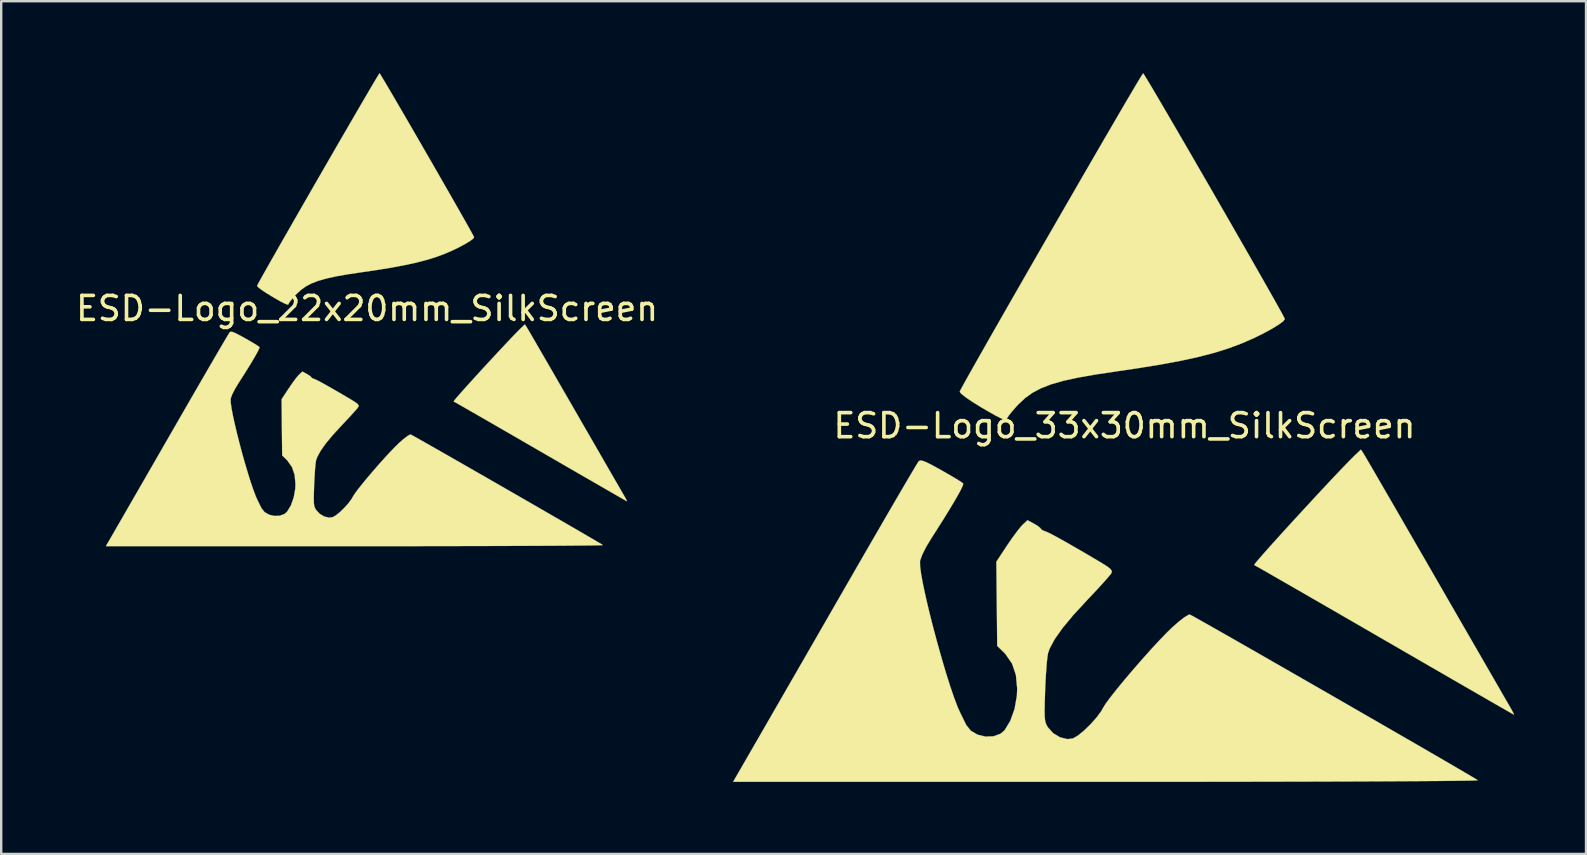
<source format=kicad_pcb>
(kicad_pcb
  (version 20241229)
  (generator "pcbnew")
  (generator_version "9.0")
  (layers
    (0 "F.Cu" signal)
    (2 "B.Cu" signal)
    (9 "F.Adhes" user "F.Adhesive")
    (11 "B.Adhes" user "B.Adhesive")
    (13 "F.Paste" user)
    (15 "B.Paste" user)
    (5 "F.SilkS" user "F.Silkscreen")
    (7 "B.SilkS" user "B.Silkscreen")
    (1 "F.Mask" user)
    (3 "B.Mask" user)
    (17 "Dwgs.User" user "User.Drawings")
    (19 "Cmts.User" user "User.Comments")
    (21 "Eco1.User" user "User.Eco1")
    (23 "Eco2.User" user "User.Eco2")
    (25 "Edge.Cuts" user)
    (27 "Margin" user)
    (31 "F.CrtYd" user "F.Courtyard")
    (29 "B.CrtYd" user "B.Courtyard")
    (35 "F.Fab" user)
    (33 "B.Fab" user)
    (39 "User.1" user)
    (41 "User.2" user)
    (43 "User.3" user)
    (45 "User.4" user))
  (footprint "ESD-Logo_33x30mm_SilkScreen"
    (layer "F.Cu")
    (at 43.798 14.686)
    (property "Reference" "ESD-Logo_33x30mm_SilkScreen" (at 0 0 0) (layer "F.SilkS") (effects (font (size 1 1) (thickness 0.15))))
    (attr exclude_from_pos_files exclude_from_bom allow_missing_courtyard)
    (fp_poly (pts (xy 9.968 1.177) (xy 10.025 1.272) (xy 10.153 1.492) (xy 10.347 1.824) (xy 10.598 2.257) (xy 10.902 2.782) (xy 11.252 3.386) (xy 11.641 4.059) (xy 12.063 4.791) (xy 12.513 5.569) (xy 12.975 6.369) (xy 13.446 7.188) (xy 13.899 7.973) (xy 14.327 8.714) (xy 14.723 9.4) (xy 15.08 10.019) (xy 15.392 10.559) (xy 15.652 11.01) (xy 15.854 11.361) (xy 15.992 11.598) (xy 16.056 11.71) (xy 16.162 11.898) (xy 16.219 12.016) (xy 16.222 12.036) (xy 16.152 11.998) (xy 15.958 11.887) (xy 15.65 11.711) (xy 15.238 11.474) (xy 14.732 11.182) (xy 14.142 10.842) (xy 13.479 10.459) (xy 12.752 10.039) (xy 11.972 9.588) (xy 11.149 9.112) (xy 10.836 8.931) (xy 9.998 8.446) (xy 9.198 7.984) (xy 8.448 7.55) (xy 7.756 7.151) (xy 7.133 6.792) (xy 6.589 6.48) (xy 6.135 6.219) (xy 5.782 6.016) (xy 5.538 5.878) (xy 5.415 5.809) (xy 5.402 5.803) (xy 5.439 5.744) (xy 5.57 5.586) (xy 5.78 5.344) (xy 6.057 5.033) (xy 6.387 4.666) (xy 6.757 4.259) (xy 7.153 3.826) (xy 7.562 3.382) (xy 7.971 2.94) (xy 8.366 2.516) (xy 8.734 2.123) (xy 9.062 1.778) (xy 9.337 1.493) (xy 9.544 1.284) (xy 9.615 1.216) (xy 9.851 0.994) (xy 9.968 1.177)) (stroke (width 0.01) (type solid)) (fill yes) (layer "F.SilkS"))
    (fp_poly (pts (xy 0.823 -14.615) (xy 0.938 -14.428) (xy 1.116 -14.131) (xy 1.349 -13.736) (xy 1.63 -13.258) (xy 1.951 -12.707) (xy 2.306 -12.098) (xy 2.687 -11.443) (xy 3.086 -10.753) (xy 3.497 -10.043) (xy 3.911 -9.324) (xy 4.323 -8.609) (xy 4.724 -7.911) (xy 5.107 -7.243) (xy 5.465 -6.616) (xy 5.791 -6.045) (xy 6.077 -5.541) (xy 6.316 -5.117) (xy 6.501 -4.785) (xy 6.624 -4.56) (xy 6.678 -4.452) (xy 6.68 -4.445) (xy 6.613 -4.353) (xy 6.425 -4.213) (xy 6.14 -4.039) (xy 5.779 -3.843) (xy 5.402 -3.657) (xy 4.888 -3.431) (xy 4.347 -3.229) (xy 3.762 -3.044) (xy 3.113 -2.874) (xy 2.381 -2.713) (xy 1.548 -2.557) (xy 0.596 -2.401) (xy -0.389 -2.256) (xy -1.245 -2.127) (xy -1.963 -2) (xy -2.563 -1.868) (xy -3.061 -1.724) (xy -3.477 -1.562) (xy -3.827 -1.377) (xy -4.13 -1.161) (xy -4.404 -0.908) (xy -4.493 -0.815) (xy -4.684 -0.596) (xy -4.826 -0.418) (xy -4.892 -0.313) (xy -4.894 -0.304) (xy -4.917 -0.252) (xy -4.996 -0.251) (xy -5.149 -0.31) (xy -5.392 -0.434) (xy -5.739 -0.632) (xy -5.981 -0.774) (xy -6.341 -0.997) (xy -6.621 -1.187) (xy -6.802 -1.332) (xy -6.865 -1.417) (xy -6.865 -1.418) (xy -6.826 -1.499) (xy -6.716 -1.703) (xy -6.541 -2.018) (xy -6.307 -2.434) (xy -6.022 -2.938) (xy -5.691 -3.521) (xy -5.32 -4.17) (xy -4.917 -4.875) (xy -4.488 -5.625) (xy -4.038 -6.408) (xy -3.575 -7.214) (xy -3.104 -8.031) (xy -2.633 -8.848) (xy -2.167 -9.655) (xy -1.714 -10.439) (xy -1.278 -11.191) (xy -0.868 -11.898) (xy -0.488 -12.55) (xy -0.147 -13.136) (xy 0.151 -13.644) (xy 0.399 -14.063) (xy 0.589 -14.383) (xy 0.717 -14.592) (xy 0.775 -14.679) (xy 0.777 -14.681) (xy 0.823 -14.615)) (stroke (width 0.01) (type solid)) (fill yes) (layer "F.SilkS"))
    (fp_poly (pts (xy -8.415 1.46) (xy -8.252 1.523) (xy -8.003 1.649) (xy -7.646 1.845) (xy -7.619 1.861) (xy -7.29 2.049) (xy -7.012 2.213) (xy -6.813 2.338) (xy -6.72 2.406) (xy -6.718 2.41) (xy -6.74 2.505) (xy -6.843 2.716) (xy -7.02 3.033) (xy -7.265 3.444) (xy -7.569 3.938) (xy -7.928 4.502) (xy -8.017 4.64) (xy -8.25 5.024) (xy -8.419 5.354) (xy -8.51 5.601) (xy -8.52 5.65) (xy -8.515 5.864) (xy -8.469 6.205) (xy -8.386 6.649) (xy -8.272 7.176) (xy -8.133 7.763) (xy -7.975 8.389) (xy -7.803 9.031) (xy -7.624 9.668) (xy -7.444 10.277) (xy -7.267 10.838) (xy -7.1 11.329) (xy -6.949 11.726) (xy -6.843 11.962) (xy -6.719 12.213) (xy -6.601 12.454) (xy -6.595 12.467) (xy -6.401 12.71) (xy -6.118 12.873) (xy -5.788 12.952) (xy -5.454 12.939) (xy -5.16 12.83) (xy -4.994 12.686) (xy -4.755 12.29) (xy -4.58 11.798) (xy -4.484 11.258) (xy -4.471 10.952) (xy -4.525 10.381) (xy -4.686 9.909) (xy -4.961 9.511) (xy -5.047 9.422) (xy -5.303 9.174) (xy -5.338 5.665) (xy -4.891 4.988) (xy -4.681 4.681) (xy -4.479 4.406) (xy -4.313 4.199) (xy -4.242 4.124) (xy -4.041 3.936) (xy -3.768 4.083) (xy -3.596 4.188) (xy -3.501 4.27) (xy -3.495 4.285) (xy -3.431 4.347) (xy -3.321 4.393) (xy -3.214 4.435) (xy -3.051 4.515) (xy -2.817 4.639) (xy -2.498 4.817) (xy -2.081 5.056) (xy -1.551 5.363) (xy -1.264 5.532) (xy -0.925 5.733) (xy -0.703 5.876) (xy -0.577 5.978) (xy -0.529 6.056) (xy -0.539 6.126) (xy -0.547 6.143) (xy -0.625 6.245) (xy -0.792 6.438) (xy -1.028 6.699) (xy -1.314 7.007) (xy -1.561 7.268) (xy -2.131 7.887) (xy -2.577 8.424) (xy -2.903 8.883) (xy -3.113 9.271) (xy -3.184 9.468) (xy -3.213 9.641) (xy -3.243 9.935) (xy -3.271 10.317) (xy -3.296 10.754) (xy -3.307 11.03) (xy -3.323 11.507) (xy -3.33 11.856) (xy -3.326 12.104) (xy -3.309 12.277) (xy -3.277 12.402) (xy -3.228 12.505) (xy -3.189 12.569) (xy -2.967 12.813) (xy -2.68 12.983) (xy -2.379 13.057) (xy -2.153 13.03) (xy -1.948 12.914) (xy -1.692 12.706) (xy -1.419 12.442) (xy -1.167 12.16) (xy -0.97 11.894) (xy -0.898 11.765) (xy -0.79 11.589) (xy -0.593 11.321) (xy -0.325 10.982) (xy -0.005 10.593) (xy 0.35 10.175) (xy 0.721 9.748) (xy 1.091 9.334) (xy 1.442 8.954) (xy 1.756 8.628) (xy 2.002 8.389) (xy 2.276 8.15) (xy 2.506 7.974) (xy 2.667 7.879) (xy 2.721 7.868) (xy 2.803 7.91) (xy 3.008 8.024) (xy 3.323 8.201) (xy 3.738 8.436) (xy 4.239 8.721) (xy 4.817 9.051) (xy 5.457 9.417) (xy 6.15 9.814) (xy 6.882 10.234) (xy 7.643 10.671) (xy 8.42 11.117) (xy 9.201 11.567) (xy 9.975 12.013) (xy 10.73 12.448) (xy 11.454 12.866) (xy 12.136 13.26) (xy 12.762 13.623) (xy 13.323 13.948) (xy 13.805 14.229) (xy 14.197 14.459) (xy 14.488 14.63) (xy 14.664 14.736) (xy 14.716 14.77) (xy 14.647 14.776) (xy 14.43 14.783) (xy 14.071 14.789) (xy 13.58 14.795) (xy 12.962 14.801) (xy 12.224 14.806) (xy 11.375 14.811) (xy 10.421 14.816) (xy 9.369 14.82) (xy 8.227 14.824) (xy 7.003 14.827) (xy 5.702 14.83) (xy 4.332 14.832) (xy 2.902 14.834) (xy 1.417 14.835) (xy -0.115 14.836) (xy -0.758 14.836) (xy -16.305 14.836) (xy -15.196 12.914) (xy -14.961 12.507) (xy -14.659 11.982) (xy -14.3 11.359) (xy -13.893 10.653) (xy -13.449 9.883) (xy -12.978 9.065) (xy -12.491 8.219) (xy -11.996 7.36) (xy -11.505 6.507) (xy -11.381 6.292) (xy -10.928 5.506) (xy -10.496 4.759) (xy -10.091 4.06) (xy -9.721 3.422) (xy -9.391 2.856) (xy -9.108 2.372) (xy -8.878 1.982) (xy -8.708 1.697) (xy -8.605 1.528) (xy -8.576 1.485) (xy -8.516 1.45) (xy -8.415 1.46)) (stroke (width 0.01) (type solid)) (fill yes) (layer "F.SilkS")))
  (footprint "ESD-Logo_22x20mm_SilkScreen"
    (layer "F.Cu")
    (at 12.244 9.802)
    (property "Reference" "ESD-Logo_22x20mm_SilkScreen" (at 0 0 0) (layer "F.SilkS") (effects (font (size 1 1) (thickness 0.15))))
    (attr exclude_from_pos_files exclude_from_bom allow_missing_courtyard)
    (fp_poly (pts (xy 6.652 0.785) (xy 6.69 0.849) (xy 6.776 0.995) (xy 6.905 1.217) (xy 7.073 1.506) (xy 7.275 1.856) (xy 7.509 2.26) (xy 7.769 2.709) (xy 8.05 3.197) (xy 8.35 3.716) (xy 8.659 4.251) (xy 8.973 4.797) (xy 9.276 5.321) (xy 9.561 5.815) (xy 9.825 6.273) (xy 10.063 6.686) (xy 10.272 7.047) (xy 10.446 7.348) (xy 10.58 7.581) (xy 10.672 7.74) (xy 10.715 7.814) (xy 10.786 7.94) (xy 10.824 8.019) (xy 10.826 8.032) (xy 10.779 8.007) (xy 10.65 7.933) (xy 10.444 7.815) (xy 10.169 7.657) (xy 9.831 7.462) (xy 9.438 7.235) (xy 8.995 6.98) (xy 8.51 6.7) (xy 7.99 6.399) (xy 7.44 6.081) (xy 7.231 5.96) (xy 6.672 5.637) (xy 6.139 5.328) (xy 5.637 5.039) (xy 5.176 4.772) (xy 4.76 4.533) (xy 4.397 4.324) (xy 4.094 4.15) (xy 3.858 4.015) (xy 3.696 3.923) (xy 3.614 3.877) (xy 3.605 3.872) (xy 3.63 3.833) (xy 3.717 3.728) (xy 3.858 3.566) (xy 4.042 3.359) (xy 4.262 3.114) (xy 4.509 2.842) (xy 4.773 2.553) (xy 5.046 2.257) (xy 5.319 1.962) (xy 5.583 1.679) (xy 5.829 1.417) (xy 6.048 1.186) (xy 6.231 0.996) (xy 6.369 0.857) (xy 6.417 0.811) (xy 6.574 0.663) (xy 6.652 0.785)) (stroke (width 0.01) (type solid)) (fill yes) (layer "F.SilkS"))
    (fp_poly (pts (xy 0.549 -9.754) (xy 0.626 -9.628) (xy 0.745 -9.43) (xy 0.9 -9.167) (xy 1.088 -8.848) (xy 1.302 -8.48) (xy 1.539 -8.074) (xy 1.793 -7.636) (xy 2.059 -7.176) (xy 2.333 -6.702) (xy 2.61 -6.222) (xy 2.885 -5.745) (xy 3.152 -5.279) (xy 3.408 -4.833) (xy 3.647 -4.415) (xy 3.864 -4.034) (xy 4.055 -3.698) (xy 4.215 -3.415) (xy 4.338 -3.194) (xy 4.42 -3.043) (xy 4.457 -2.971) (xy 4.458 -2.966) (xy 4.413 -2.905) (xy 4.288 -2.812) (xy 4.097 -2.695) (xy 3.857 -2.565) (xy 3.605 -2.44) (xy 3.262 -2.29) (xy 2.901 -2.155) (xy 2.51 -2.032) (xy 2.077 -1.918) (xy 1.589 -1.811) (xy 1.033 -1.706) (xy 0.398 -1.602) (xy -0.259 -1.506) (xy -0.831 -1.42) (xy -1.31 -1.335) (xy -1.71 -1.246) (xy -2.043 -1.15) (xy -2.32 -1.043) (xy -2.554 -0.919) (xy -2.756 -0.775) (xy -2.939 -0.606) (xy -2.998 -0.544) (xy -3.126 -0.398) (xy -3.221 -0.279) (xy -3.265 -0.209) (xy -3.266 -0.203) (xy -3.281 -0.168) (xy -3.334 -0.168) (xy -3.436 -0.207) (xy -3.598 -0.29) (xy -3.83 -0.422) (xy -3.991 -0.517) (xy -4.232 -0.665) (xy -4.419 -0.792) (xy -4.54 -0.889) (xy -4.582 -0.946) (xy -4.582 -0.946) (xy -4.555 -1.001) (xy -4.482 -1.137) (xy -4.365 -1.347) (xy -4.209 -1.624) (xy -4.019 -1.961) (xy -3.798 -2.349) (xy -3.551 -2.783) (xy -3.281 -3.253) (xy -2.995 -3.754) (xy -2.695 -4.276) (xy -2.386 -4.814) (xy -2.072 -5.359) (xy -1.757 -5.905) (xy -1.446 -6.443) (xy -1.144 -6.967) (xy -0.853 -7.468) (xy -0.579 -7.94) (xy -0.326 -8.375) (xy -0.098 -8.766) (xy 0.101 -9.105) (xy 0.266 -9.385) (xy 0.393 -9.598) (xy 0.478 -9.738) (xy 0.517 -9.796) (xy 0.519 -9.797) (xy 0.549 -9.754)) (stroke (width 0.01) (type solid)) (fill yes) (layer "F.SilkS"))
    (fp_poly (pts (xy -5.616 0.974) (xy -5.507 1.017) (xy -5.341 1.1) (xy -5.103 1.231) (xy -5.084 1.242) (xy -4.865 1.367) (xy -4.68 1.477) (xy -4.547 1.56) (xy -4.485 1.606) (xy -4.483 1.608) (xy -4.498 1.671) (xy -4.567 1.813) (xy -4.685 2.024) (xy -4.848 2.299) (xy -5.051 2.628) (xy -5.291 3.004) (xy -5.35 3.096) (xy -5.505 3.353) (xy -5.618 3.573) (xy -5.679 3.738) (xy -5.685 3.77) (xy -5.683 3.914) (xy -5.652 4.141) (xy -5.596 4.438) (xy -5.52 4.789) (xy -5.427 5.181) (xy -5.322 5.598) (xy -5.208 6.027) (xy -5.088 6.452) (xy -4.967 6.859) (xy -4.849 7.233) (xy -4.738 7.56) (xy -4.637 7.825) (xy -4.567 7.983) (xy -4.484 8.151) (xy -4.405 8.311) (xy -4.401 8.32) (xy -4.272 8.482) (xy -4.083 8.591) (xy -3.863 8.643) (xy -3.64 8.635) (xy -3.443 8.562) (xy -3.333 8.466) (xy -3.173 8.202) (xy -3.057 7.873) (xy -2.993 7.513) (xy -2.984 7.309) (xy -3.02 6.928) (xy -3.127 6.612) (xy -3.311 6.347) (xy -3.368 6.288) (xy -3.539 6.122) (xy -3.551 4.951) (xy -3.562 3.78) (xy -3.264 3.329) (xy -3.124 3.124) (xy -2.989 2.94) (xy -2.879 2.803) (xy -2.831 2.752) (xy -2.697 2.627) (xy -2.515 2.725) (xy -2.4 2.795) (xy -2.337 2.85) (xy -2.333 2.859) (xy -2.29 2.901) (xy -2.216 2.932) (xy -2.145 2.96) (xy -2.036 3.013) (xy -1.88 3.096) (xy -1.667 3.215) (xy -1.389 3.374) (xy -1.035 3.579) (xy -0.843 3.691) (xy -0.617 3.826) (xy -0.469 3.921) (xy -0.385 3.99) (xy -0.353 4.042) (xy -0.36 4.088) (xy -0.365 4.099) (xy -0.417 4.168) (xy -0.528 4.296) (xy -0.686 4.47) (xy -0.877 4.676) (xy -1.042 4.85) (xy -1.422 5.263) (xy -1.72 5.621) (xy -1.937 5.928) (xy -2.077 6.187) (xy -2.125 6.319) (xy -2.144 6.434) (xy -2.164 6.63) (xy -2.183 6.885) (xy -2.199 7.177) (xy -2.207 7.361) (xy -2.217 7.679) (xy -2.222 7.912) (xy -2.219 8.078) (xy -2.208 8.193) (xy -2.187 8.276) (xy -2.154 8.345) (xy -2.128 8.388) (xy -1.98 8.551) (xy -1.789 8.664) (xy -1.587 8.714) (xy -1.437 8.696) (xy -1.3 8.618) (xy -1.129 8.479) (xy -0.947 8.303) (xy -0.779 8.115) (xy -0.648 7.937) (xy -0.599 7.852) (xy -0.527 7.734) (xy -0.396 7.555) (xy -0.217 7.329) (xy -0.004 7.069) (xy 0.233 6.79) (xy 0.481 6.505) (xy 0.728 6.229) (xy 0.963 5.975) (xy 1.172 5.758) (xy 1.336 5.598) (xy 1.519 5.439) (xy 1.672 5.321) (xy 1.78 5.258) (xy 1.816 5.251) (xy 1.87 5.279) (xy 2.007 5.355) (xy 2.218 5.473) (xy 2.494 5.63) (xy 2.829 5.82) (xy 3.214 6.04) (xy 3.642 6.285) (xy 4.104 6.549) (xy 4.593 6.83) (xy 5.1 7.121) (xy 5.619 7.419) (xy 6.14 7.719) (xy 6.657 8.017) (xy 7.161 8.307) (xy 7.644 8.586) (xy 8.099 8.849) (xy 8.517 9.091) (xy 8.891 9.308) (xy 9.213 9.496) (xy 9.474 9.649) (xy 9.668 9.763) (xy 9.786 9.834) (xy 9.82 9.857) (xy 9.774 9.861) (xy 9.629 9.865) (xy 9.391 9.869) (xy 9.062 9.873) (xy 8.65 9.877) (xy 8.158 9.881) (xy 7.591 9.884) (xy 6.954 9.887) (xy 6.253 9.89) (xy 5.491 9.893) (xy 4.673 9.895) (xy 3.805 9.897) (xy 2.891 9.898) (xy 1.936 9.9) (xy 0.946 9.9) (xy -0.077 9.901) (xy -0.506 9.901) (xy -10.881 9.901) (xy -10.141 8.618) (xy -9.984 8.346) (xy -9.783 7.996) (xy -9.543 7.58) (xy -9.271 7.109) (xy -8.975 6.595) (xy -8.661 6.05) (xy -8.336 5.485) (xy -8.006 4.912) (xy -7.678 4.343) (xy -7.595 4.199) (xy -7.292 3.674) (xy -7.004 3.176) (xy -6.734 2.71) (xy -6.487 2.284) (xy -6.267 1.906) (xy -6.078 1.583) (xy -5.925 1.323) (xy -5.812 1.132) (xy -5.743 1.02) (xy -5.723 0.991) (xy -5.683 0.968) (xy -5.616 0.974)) (stroke (width 0.01) (type solid)) (fill yes) (layer "F.SilkS")))
  (gr_rect
    (start -3 -3)
    (end 63.025 32.527)
    (stroke (width 0.1) (type default))
    (fill no)
    (layer "Edge.Cuts")))
</source>
